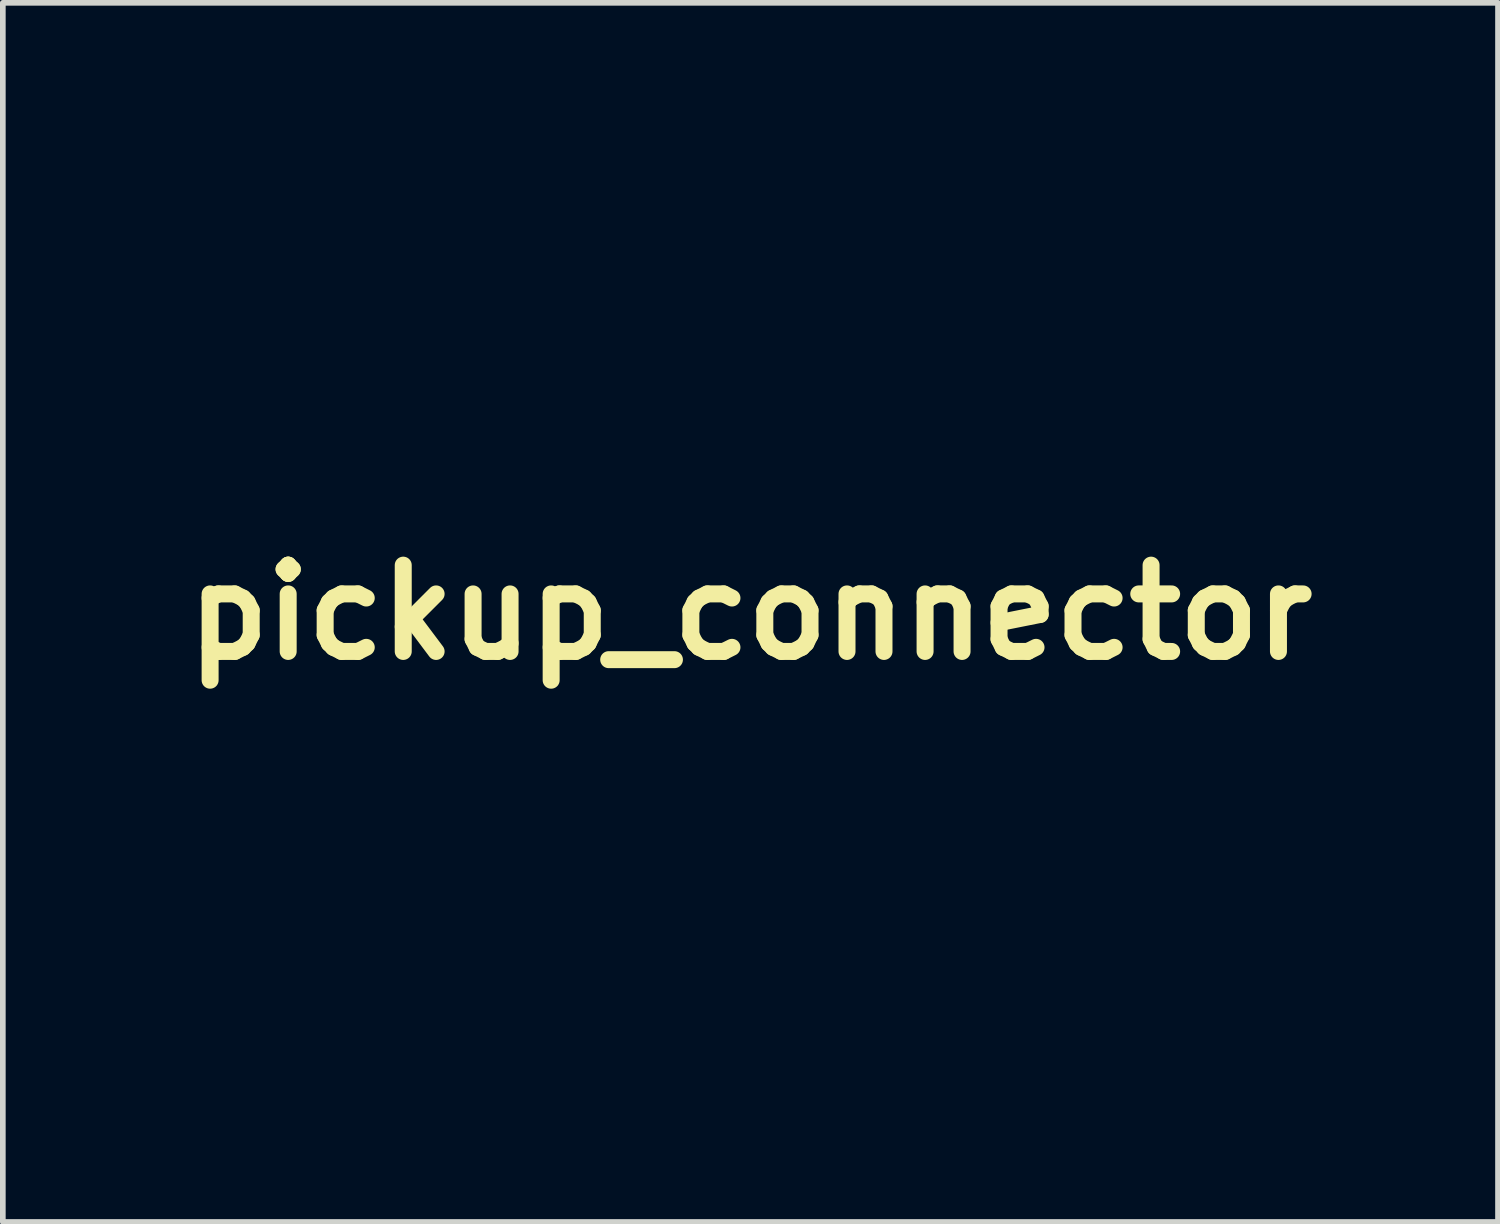
<source format=kicad_pcb>
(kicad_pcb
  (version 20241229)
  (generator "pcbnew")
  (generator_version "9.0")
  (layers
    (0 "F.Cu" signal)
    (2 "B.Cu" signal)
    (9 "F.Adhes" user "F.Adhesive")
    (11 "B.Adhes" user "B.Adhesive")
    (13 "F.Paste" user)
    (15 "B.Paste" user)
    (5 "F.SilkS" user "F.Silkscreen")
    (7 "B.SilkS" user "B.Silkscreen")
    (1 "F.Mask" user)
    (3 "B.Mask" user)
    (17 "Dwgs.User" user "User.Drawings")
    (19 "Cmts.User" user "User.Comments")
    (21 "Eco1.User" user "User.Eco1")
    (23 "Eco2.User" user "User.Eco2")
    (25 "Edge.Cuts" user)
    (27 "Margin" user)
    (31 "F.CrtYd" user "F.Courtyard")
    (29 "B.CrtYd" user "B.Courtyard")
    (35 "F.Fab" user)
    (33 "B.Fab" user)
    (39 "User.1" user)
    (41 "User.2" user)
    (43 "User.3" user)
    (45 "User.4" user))
  (footprint "pickup_connector"
    (layer "F.Cu")
    (at 10.204 7.766)
    (property "Reference" "pickup_connector" (at 0 0 0) (layer "F.SilkS") (effects (font (size 1.524 1.524) (thickness 0.3))))
    (attr through_hole)
    (fp_poly (pts (xy 5.644 -2.125) (xy 5.642 -0.016) (xy 5.623 1.499) (xy 5.571 2.534) (xy 5.472 3.2) (xy 5.309 3.611) (xy 5.065 3.878) (xy 4.763 4.089) (xy 4.178 4.62) (xy 3.924 5.364) (xy 3.881 6.214) (xy 3.881 7.761) (xy -5.292 7.761) (xy -5.292 -7.761) (xy 5.644 -7.761) (xy 5.644 -2.125)) (stroke (width 0.01) (type solid)) (fill yes) (layer "F.Mask")))
  (gr_rect
    (start -3 -3)
    (end 23.407 18.532)
    (stroke (width 0.1) (type default))
    (fill no)
    (layer "Edge.Cuts")))
</source>
